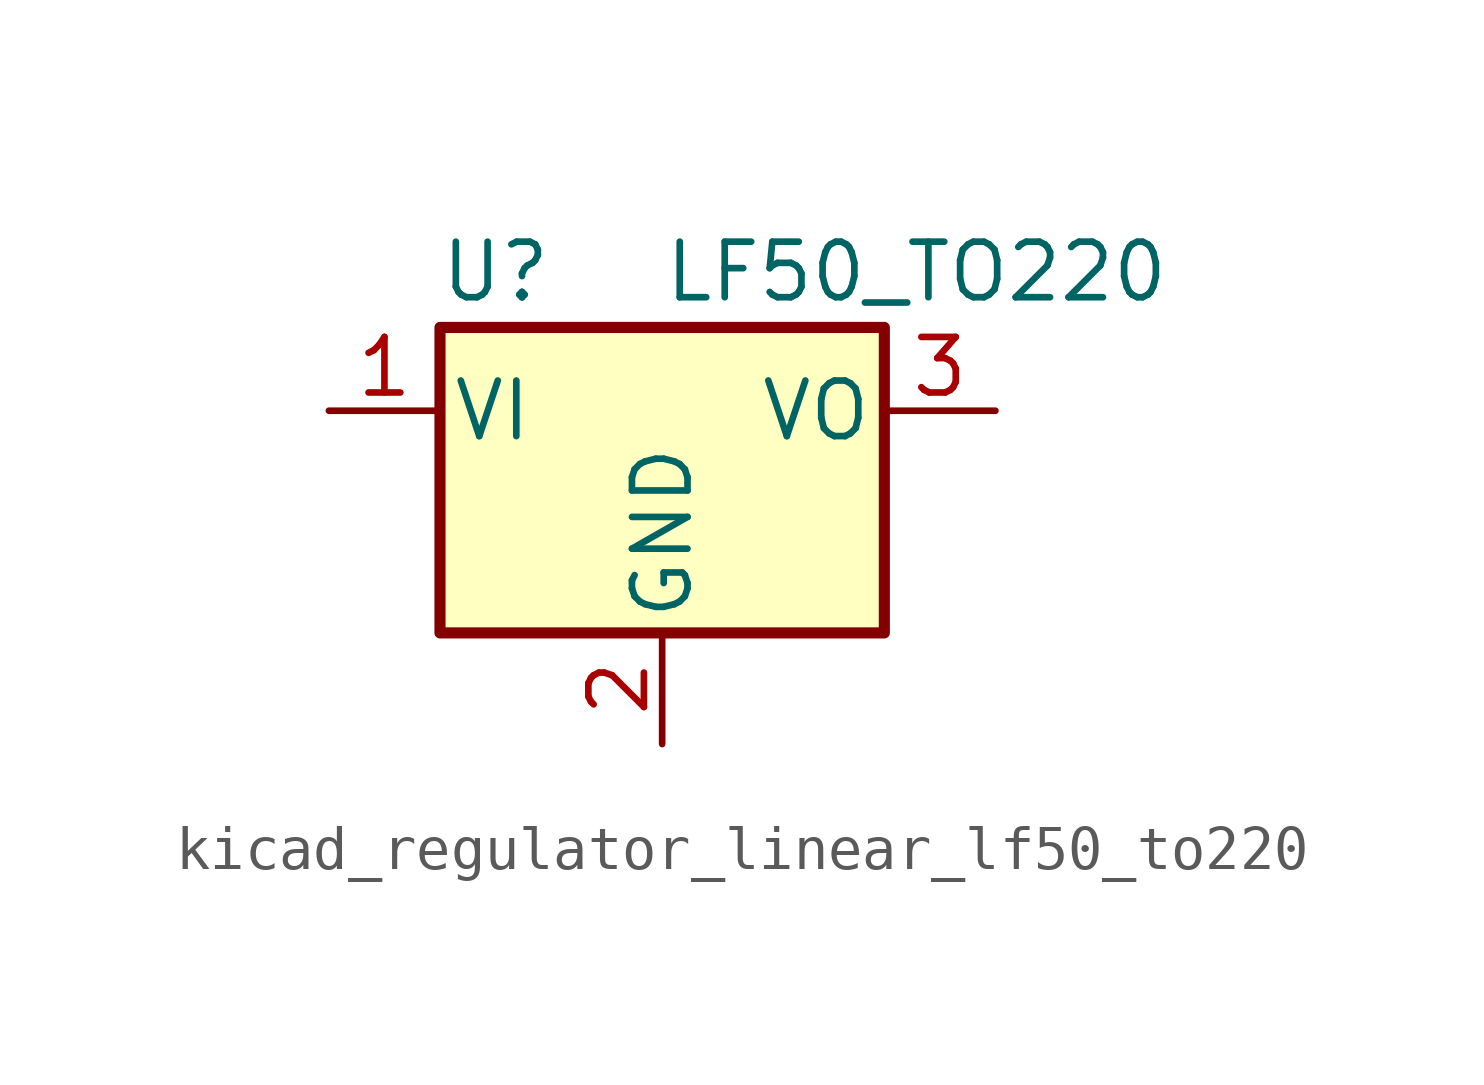
<source format=kicad_sym>
(kicad_symbol_lib
  (version 20220914)
  (generator kicad_symbol_editor)
  (symbol "kicad_regulator_linear_lf50_to220"
    (pin_names
      (offset 0.254))
    (property "Reference" "U"
      (at -3.81 3.175 0)
      (effects (font (size 1.27 1.27))))
    (property "Value" "LF50_TO220"
      (at 0 3.175 0)
      (effects (font (size 1.27 1.27)) (justify left)))
    (symbol "kicad_regulator_linear_lf50_to220_0_1"
      (rectangle (start -5.08 1.905) (end 5.08 -5.08) (stroke (width 0.254) (type default)) (fill (type background))))
    (symbol "kicad_regulator_linear_lf50_to220_1_1"
      (pin power_in line (at -7.62 0 0) (length 2.54) (name "VI" (effects (font (size 1.27 1.27)))) (number "1" (effects (font (size 1.27 1.27)))))
      (pin power_in line (at 0 -7.62 90) (length 2.54) (name "GND" (effects (font (size 1.27 1.27)))) (number "2" (effects (font (size 1.27 1.27)))))
      (pin power_out line (at 7.62 0 180) (length 2.54) (name "VO" (effects (font (size 1.27 1.27)))) (number "3" (effects (font (size 1.27 1.27))))))))
</source>
